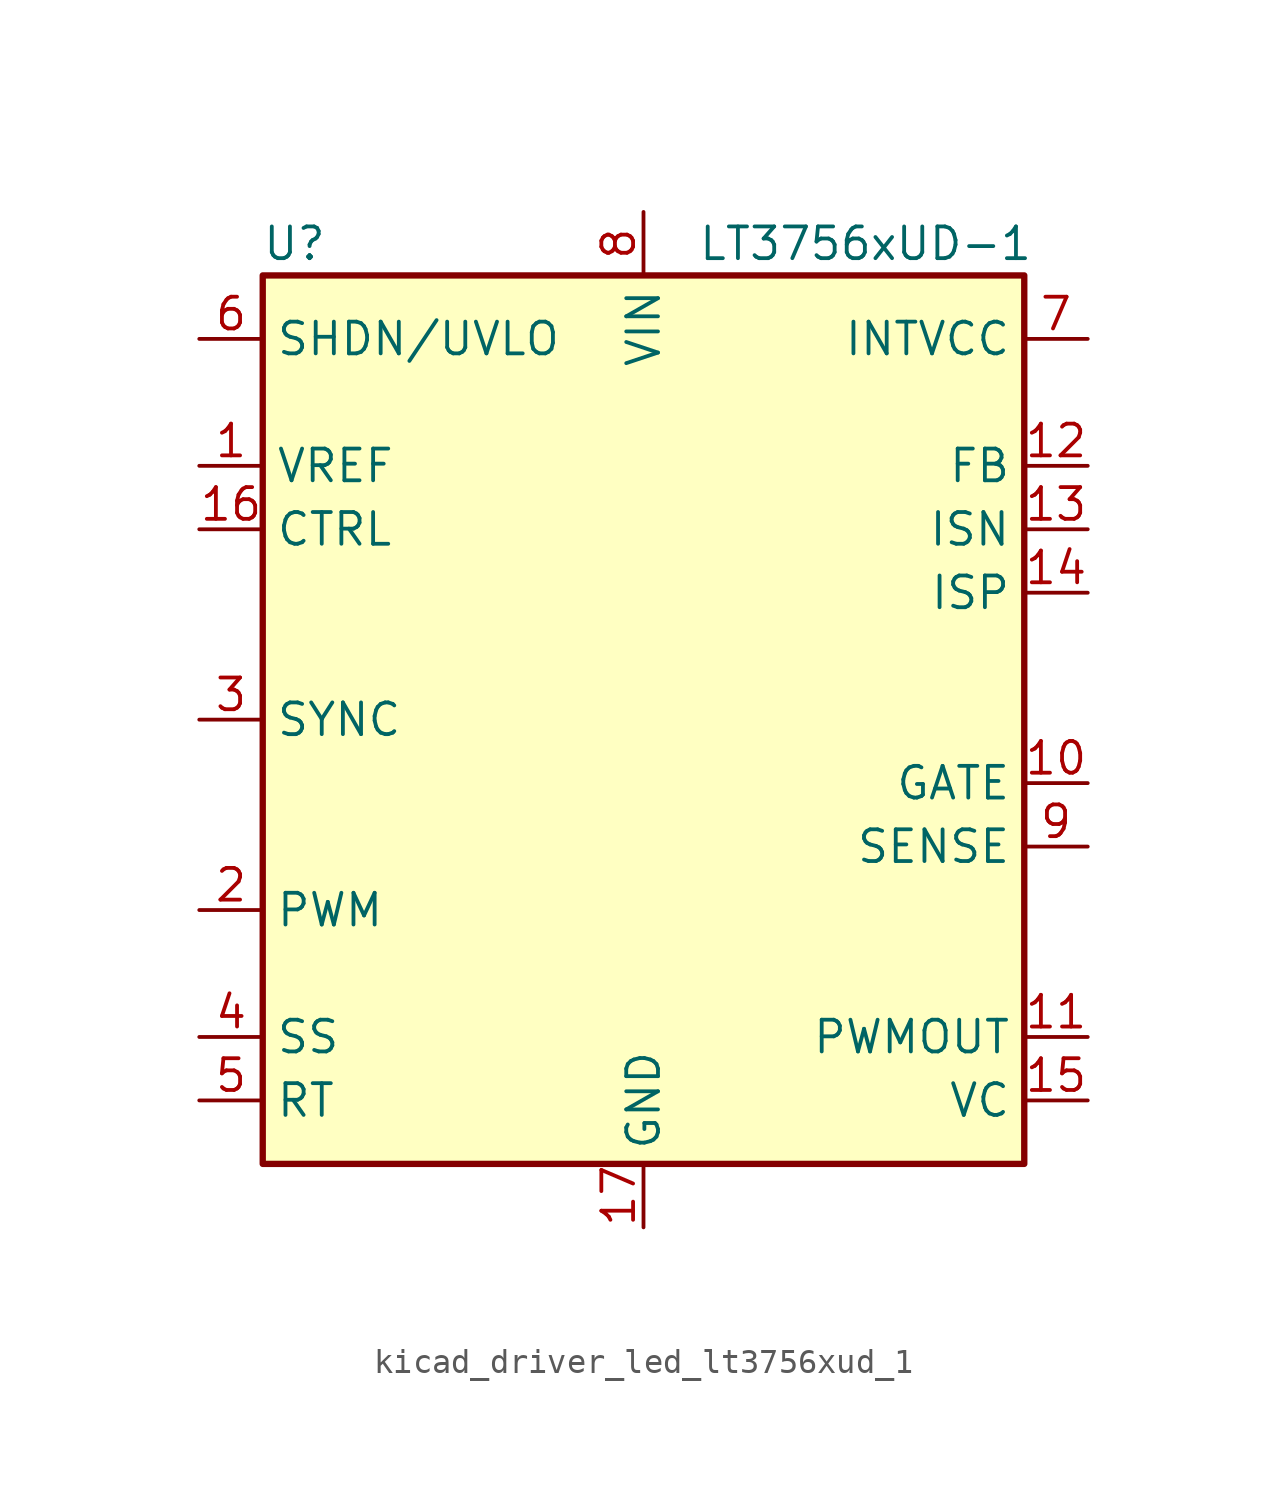
<source format=kicad_sym>
(kicad_symbol_lib
  (version 20220914)
  (generator kicad_symbol_editor)
  (symbol "kicad_driver_led_lt3756xud_1"
    (property "Reference" "U"
      (at -13.97 19.05 0)
      (effects (font (size 1.27 1.27))))
    (property "Value" "LT3756xUD-1"
      (at 8.89 19.05 0)
      (effects (font (size 1.27 1.27))))
    (symbol "kicad_driver_led_lt3756xud_1_0_1"
      (rectangle (start -15.24 -17.78) (end 15.24 17.78) (stroke (width 0.254) (type default)) (fill (type background))))
    (symbol "kicad_driver_led_lt3756xud_1_1_1"
      (pin output line (at -17.78 10.16 0) (length 2.54) (name "VREF" (effects (font (size 1.27 1.27)))) (number "1" (effects (font (size 1.27 1.27)))))
      (pin output line (at 17.78 -2.54 180) (length 2.54) (name "GATE" (effects (font (size 1.27 1.27)))) (number "10" (effects (font (size 1.27 1.27)))))
      (pin output line (at 17.78 -12.7 180) (length 2.54) (name "PWMOUT" (effects (font (size 1.27 1.27)))) (number "11" (effects (font (size 1.27 1.27)))))
      (pin input line (at 17.78 10.16 180) (length 2.54) (name "FB" (effects (font (size 1.27 1.27)))) (number "12" (effects (font (size 1.27 1.27)))))
      (pin input line (at 17.78 7.62 180) (length 2.54) (name "ISN" (effects (font (size 1.27 1.27)))) (number "13" (effects (font (size 1.27 1.27)))))
      (pin input line (at 17.78 5.08 180) (length 2.54) (name "ISP" (effects (font (size 1.27 1.27)))) (number "14" (effects (font (size 1.27 1.27)))))
      (pin output line (at 17.78 -15.24 180) (length 2.54) (name "VC" (effects (font (size 1.27 1.27)))) (number "15" (effects (font (size 1.27 1.27)))))
      (pin input line (at -17.78 7.62 0) (length 2.54) (name "CTRL" (effects (font (size 1.27 1.27)))) (number "16" (effects (font (size 1.27 1.27)))))
      (pin power_in line (at 0 -20.32 90) (length 2.54) (name "GND" (effects (font (size 1.27 1.27)))) (number "17" (effects (font (size 1.27 1.27)))))
      (pin input line (at -17.78 -7.62 0) (length 2.54) (name "PWM" (effects (font (size 1.27 1.27)))) (number "2" (effects (font (size 1.27 1.27)))))
      (pin input line (at -17.78 0 0) (length 2.54) (name "SYNC" (effects (font (size 1.27 1.27)))) (number "3" (effects (font (size 1.27 1.27)))))
      (pin input line (at -17.78 -12.7 0) (length 2.54) (name "SS" (effects (font (size 1.27 1.27)))) (number "4" (effects (font (size 1.27 1.27)))))
      (pin input line (at -17.78 -15.24 0) (length 2.54) (name "RT" (effects (font (size 1.27 1.27)))) (number "5" (effects (font (size 1.27 1.27)))))
      (pin input line (at -17.78 15.24 0) (length 2.54) (name "SHDN/UVLO" (effects (font (size 1.27 1.27)))) (number "6" (effects (font (size 1.27 1.27)))))
      (pin power_out line (at 17.78 15.24 180) (length 2.54) (name "INTVCC" (effects (font (size 1.27 1.27)))) (number "7" (effects (font (size 1.27 1.27)))))
      (pin power_in line (at 0 20.32 270) (length 2.54) (name "VIN" (effects (font (size 1.27 1.27)))) (number "8" (effects (font (size 1.27 1.27)))))
      (pin input line (at 17.78 -5.08 180) (length 2.54) (name "SENSE" (effects (font (size 1.27 1.27)))) (number "9" (effects (font (size 1.27 1.27))))))))
</source>
